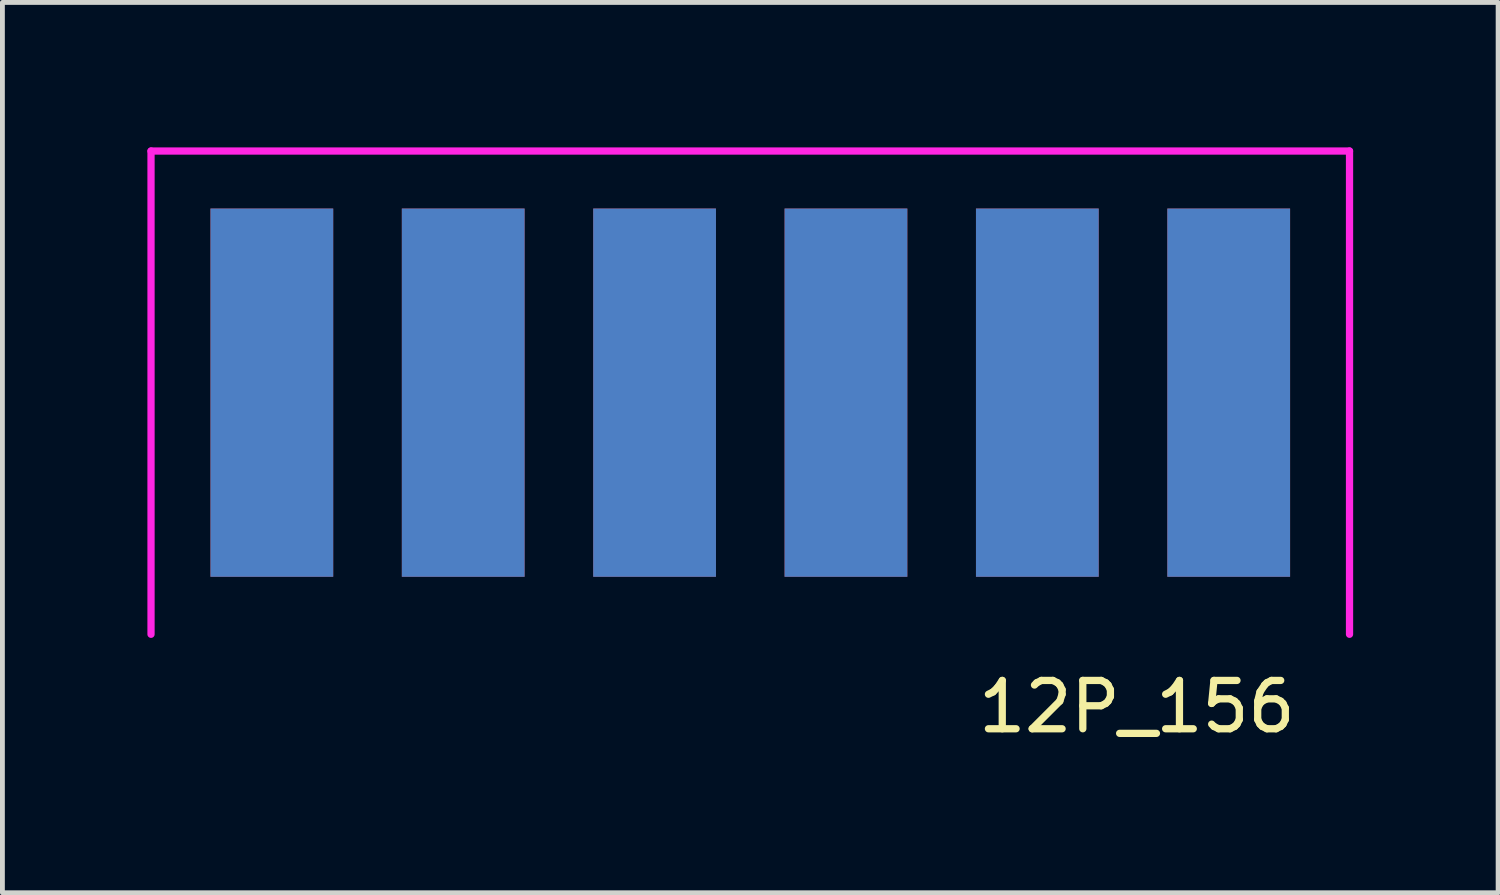
<source format=kicad_pcb>
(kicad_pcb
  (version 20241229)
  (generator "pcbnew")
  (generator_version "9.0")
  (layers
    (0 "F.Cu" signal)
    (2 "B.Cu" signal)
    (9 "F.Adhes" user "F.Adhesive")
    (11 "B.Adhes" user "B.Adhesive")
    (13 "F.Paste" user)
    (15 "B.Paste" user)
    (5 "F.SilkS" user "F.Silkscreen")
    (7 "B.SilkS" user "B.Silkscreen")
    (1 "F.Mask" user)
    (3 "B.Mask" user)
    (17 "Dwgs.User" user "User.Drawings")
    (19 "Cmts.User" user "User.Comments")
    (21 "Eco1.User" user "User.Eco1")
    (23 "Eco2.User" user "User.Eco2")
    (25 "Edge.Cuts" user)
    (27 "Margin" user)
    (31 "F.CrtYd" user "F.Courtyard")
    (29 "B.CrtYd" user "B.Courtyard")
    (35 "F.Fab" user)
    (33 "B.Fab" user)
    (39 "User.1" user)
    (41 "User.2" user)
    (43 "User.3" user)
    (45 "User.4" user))
  (footprint "12P_156"
    (layer "F.Cu")
    (at 12.475 5.075)
    (property "Reference" "12P_156" (at 8 6.5 0) (layer "F.SilkS") (effects (font (size 1 1) (thickness 0.15))))
    (attr through_hole)
    (fp_line (start -12.4 -5) (end 12.4 -5) (stroke (width 0.15) (type solid)) (layer "F.CrtYd"))
    (fp_line (start -12.4 5) (end -12.4 -5) (stroke (width 0.15) (type solid)) (layer "F.CrtYd"))
    (fp_line (start 12.4 5) (end 12.4 -5) (stroke (width 0.15) (type solid)) (layer "F.CrtYd"))
    (pad "A1" connect rect (at -9.9 0) (size 2.54 7.62) (layers "F.Cu" "F.Mask"))
    (pad "A2" connect rect (at -5.94 0) (size 2.54 7.62) (layers "F.Cu" "F.Mask"))
    (pad "A3" connect rect (at -1.98 0) (size 2.54 7.62) (layers "F.Cu" "F.Mask"))
    (pad "A4" connect rect (at 1.98 0) (size 2.54 7.62) (layers "F.Cu" "F.Mask"))
    (pad "A5" connect rect (at 5.94 0) (size 2.54 7.62) (layers "F.Cu" "F.Mask"))
    (pad "A6" connect rect (at 9.9 0) (size 2.54 7.62) (layers "F.Cu" "F.Mask"))
    (pad "B1" connect rect (at -9.9 0) (size 2.54 7.62) (layers "B.Cu" "B.Mask"))
    (pad "B2" connect rect (at -5.94 0) (size 2.54 7.62) (layers "B.Cu" "B.Mask"))
    (pad "B3" connect rect (at -1.98 0) (size 2.54 7.62) (layers "B.Cu" "B.Mask"))
    (pad "B4" connect rect (at 1.98 0) (size 2.54 7.62) (layers "B.Cu" "B.Mask"))
    (pad "B5" connect rect (at 5.94 0) (size 2.54 7.62) (layers "B.Cu" "B.Mask"))
    (pad "B6" connect rect (at 9.9 0) (size 2.54 7.62) (layers "B.Cu" "B.Mask")))
  (gr_rect
    (start -3 -3)
    (end 27.95 15.423)
    (stroke (width 0.1) (type default))
    (fill no)
    (layer "Edge.Cuts")))
</source>
